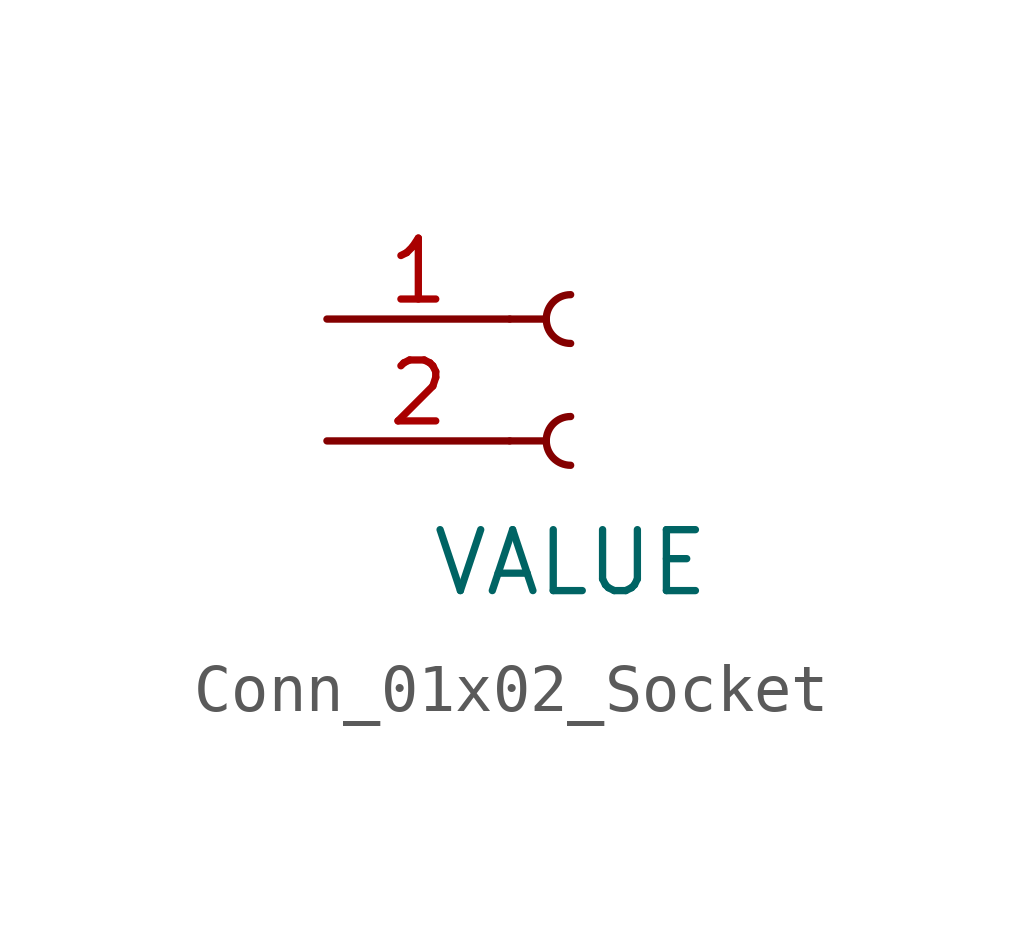
<source format=kicad_sym>
(kicad_symbol_lib
  (version 20241209)
  (generator "kicad_symbol_editor")
  (generator_version "9.0")
  (symbol "Conn_01x02_Socket"
    (pin_names
      (offset 1.016)
      (hide yes))
    (property "Reference" "J"
      (at 0 2.54 0)
      (effects (font (size 1.27 1.27)) (hide yes)))
    (property "Value" "VALUE"
      (at 0 -5.08 0)
      (effects (font (size 1.27 1.27))))
    (symbol "Conn_01x02_Socket_1_1"
      (polyline (pts (xy -1.27 0) (xy -0.508 0)) (stroke (width 0.152) (type default)) (fill (type none)))
      (polyline (pts (xy -1.27 -2.54) (xy -0.508 -2.54)) (stroke (width 0.152) (type default)) (fill (type none)))
      (arc (start 0 -0.508) (mid -0.5058 0) (end 0 0.508) (stroke (width 0.1524) (type default)) (fill (type none)))
      (arc (start 0 -3.048) (mid -0.5058 -2.54) (end 0 -2.032) (stroke (width 0.1524) (type default)) (fill (type none)))
      (pin passive line (at -5.08 0 0) (length 3.81) (name "Pin_1" (effects (font (size 1.27 1.27)))) (number "1" (effects (font (size 1.27 1.27)))))
      (pin passive line (at -5.08 -2.54 0) (length 3.81) (name "Pin_2" (effects (font (size 1.27 1.27)))) (number "2" (effects (font (size 1.27 1.27))))))))
</source>
